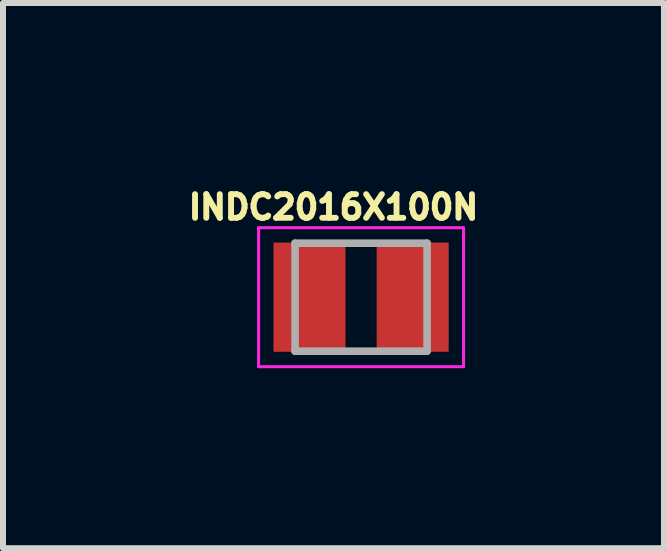
<source format=kicad_pcb>
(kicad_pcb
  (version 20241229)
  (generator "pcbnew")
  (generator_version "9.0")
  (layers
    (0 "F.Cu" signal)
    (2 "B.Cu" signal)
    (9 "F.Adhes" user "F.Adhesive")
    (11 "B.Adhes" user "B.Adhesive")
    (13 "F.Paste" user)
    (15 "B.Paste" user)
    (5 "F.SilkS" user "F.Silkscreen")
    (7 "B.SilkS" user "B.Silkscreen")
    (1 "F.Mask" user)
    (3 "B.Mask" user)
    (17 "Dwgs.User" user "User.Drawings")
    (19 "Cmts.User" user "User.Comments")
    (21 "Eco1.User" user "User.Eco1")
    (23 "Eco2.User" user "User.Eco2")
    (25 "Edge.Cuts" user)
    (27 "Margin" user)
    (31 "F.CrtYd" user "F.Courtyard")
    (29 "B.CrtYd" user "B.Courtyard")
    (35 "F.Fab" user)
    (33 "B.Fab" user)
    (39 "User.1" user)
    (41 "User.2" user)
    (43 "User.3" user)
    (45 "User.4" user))
  (footprint "INDC2016X100N"
    (layer "F.Cu")
    (at 2.968 1.903)
    (property "Reference" "INDC2016X100N" (at -0.46 -1.5 0) (layer "F.SilkS") (effects (font (size 0.394 0.394) (thickness 0.15))))
    (attr smd)
    (fp_line (start -1.708 -1.158) (end 1.708 -1.158) (stroke (width 0.05) (type solid)) (layer "F.CrtYd"))
    (fp_line (start -1.708 1.158) (end -1.708 -1.158) (stroke (width 0.05) (type solid)) (layer "F.CrtYd"))
    (fp_line (start -1.708 1.158) (end 1.708 1.158) (stroke (width 0.05) (type solid)) (layer "F.CrtYd"))
    (fp_line (start 1.708 1.158) (end 1.708 -1.158) (stroke (width 0.05) (type solid)) (layer "F.CrtYd"))
    (fp_line (start -1.1 0.9) (end -1.1 -0.9) (stroke (width 0.127) (type solid)) (layer "F.Fab"))
    (fp_line (start 1.1 -0.9) (end -1.1 -0.9) (stroke (width 0.127) (type solid)) (layer "F.Fab"))
    (fp_line (start 1.1 0.9) (end -1.1 0.9) (stroke (width 0.127) (type solid)) (layer "F.Fab"))
    (fp_line (start 1.1 0.9) (end 1.1 -0.9) (stroke (width 0.127) (type solid)) (layer "F.Fab"))
    (pad "1" smd rect (at -0.86 0) (size 1.2 1.82) (layers "F.Cu" "F.Mask" "F.Paste"))
    (pad "2" smd rect (at 0.86 0) (size 1.2 1.82) (layers "F.Cu" "F.Mask" "F.Paste")))
  (gr_rect
    (start -3 -3)
    (end 8.016 6.086)
    (stroke (width 0.1) (type default))
    (fill no)
    (layer "Edge.Cuts")))
</source>
